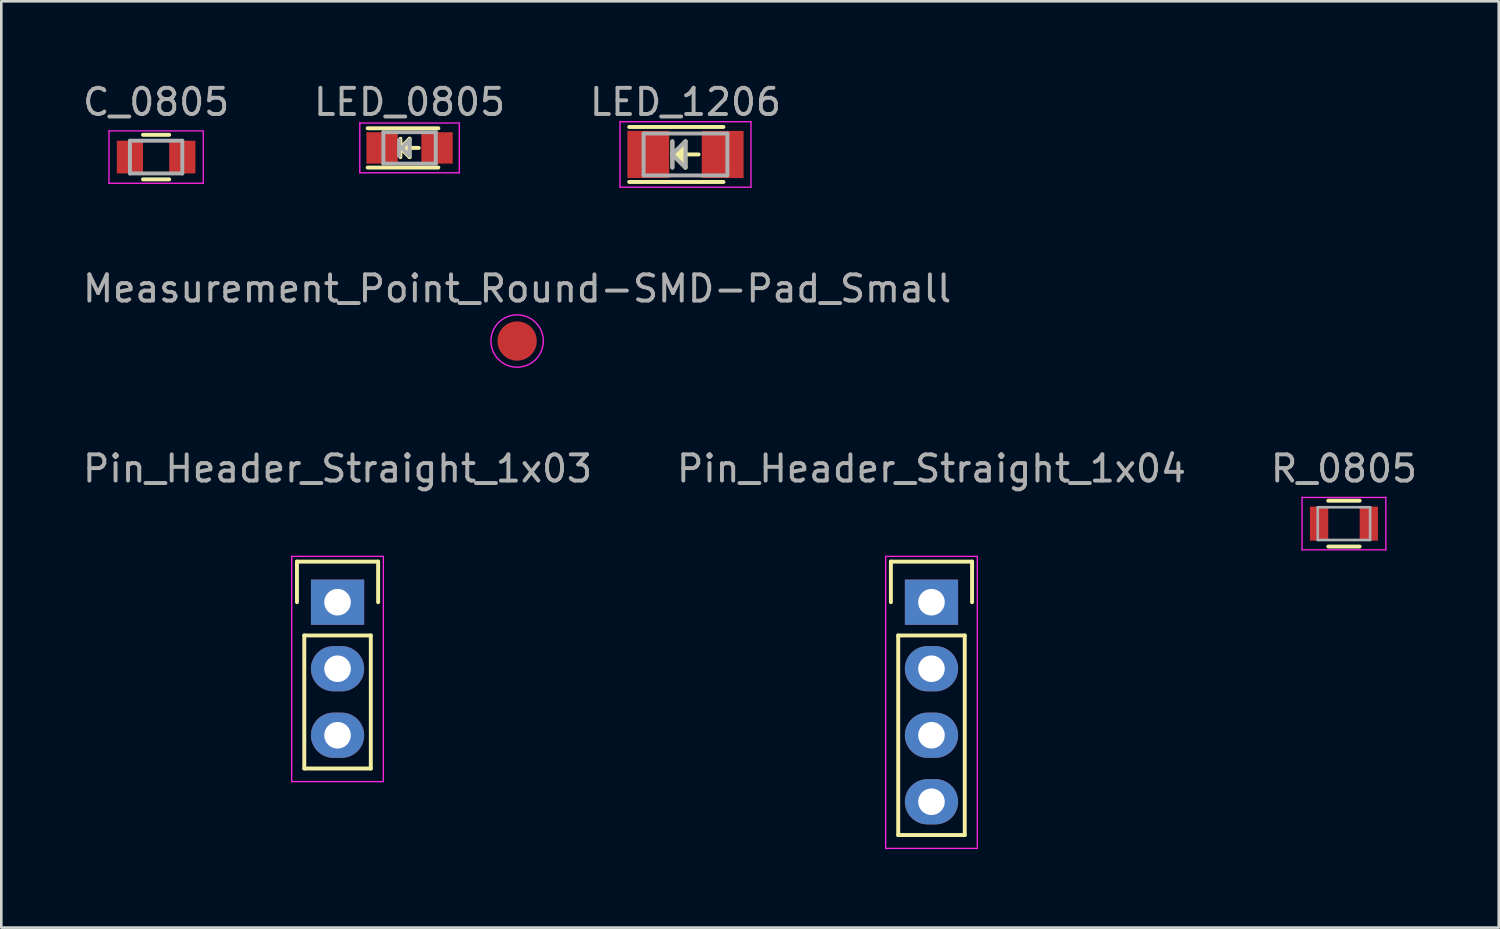
<source format=kicad_pcb>
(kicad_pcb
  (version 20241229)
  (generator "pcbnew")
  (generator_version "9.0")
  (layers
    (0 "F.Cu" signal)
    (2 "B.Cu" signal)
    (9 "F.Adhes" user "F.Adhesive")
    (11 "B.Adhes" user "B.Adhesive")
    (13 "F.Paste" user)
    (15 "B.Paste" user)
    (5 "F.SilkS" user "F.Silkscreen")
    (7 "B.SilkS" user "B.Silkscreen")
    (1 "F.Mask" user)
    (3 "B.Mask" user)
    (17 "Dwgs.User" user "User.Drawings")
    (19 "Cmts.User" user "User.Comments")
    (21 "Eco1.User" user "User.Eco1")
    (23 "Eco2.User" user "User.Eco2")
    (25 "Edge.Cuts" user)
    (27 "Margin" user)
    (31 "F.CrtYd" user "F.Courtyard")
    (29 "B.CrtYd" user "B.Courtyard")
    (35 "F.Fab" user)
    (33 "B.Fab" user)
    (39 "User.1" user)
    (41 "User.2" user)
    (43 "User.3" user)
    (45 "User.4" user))
  (footprint "LED_0805"
    (layer "F.Cu")
    (at 12.589 2.598)
    (property "Reference" "LED_0805" (at 0 -1.75 0) (layer "F.Fab") (effects (font (size 1 1) (thickness 0.15))))
    (attr smd)
    (fp_line (start -1.6 -0.75) (end 1.1 -0.75) (stroke (width 0.15) (type solid)) (layer "F.SilkS"))
    (fp_line (start -1.6 0.75) (end 1.1 0.75) (stroke (width 0.15) (type solid)) (layer "F.SilkS"))
    (fp_line (start -0.35 -0.35) (end -0.35 0.35) (stroke (width 0.15) (type solid)) (layer "F.SilkS"))
    (fp_line (start -0.35 0) (end 0 -0.35) (stroke (width 0.15) (type solid)) (layer "F.SilkS"))
    (fp_line (start -0.1 -0.1) (end -0.25 0.05) (stroke (width 0.15) (type solid)) (layer "F.SilkS"))
    (fp_line (start -0.1 0.15) (end -0.1 -0.1) (stroke (width 0.15) (type solid)) (layer "F.SilkS"))
    (fp_line (start 0 -0.35) (end 0 0.35) (stroke (width 0.15) (type solid)) (layer "F.SilkS"))
    (fp_line (start 0 0) (end 0.35 0) (stroke (width 0.15) (type solid)) (layer "F.SilkS"))
    (fp_line (start 0 0.35) (end -0.35 0) (stroke (width 0.15) (type solid)) (layer "F.SilkS"))
    (fp_line (start -1.9 -0.95) (end 1.9 -0.95) (stroke (width 0.05) (type solid)) (layer "F.CrtYd"))
    (fp_line (start -1.9 0.95) (end -1.9 -0.95) (stroke (width 0.05) (type solid)) (layer "F.CrtYd"))
    (fp_line (start 1.9 -0.95) (end 1.9 0.95) (stroke (width 0.05) (type solid)) (layer "F.CrtYd"))
    (fp_line (start 1.9 0.95) (end -1.9 0.95) (stroke (width 0.05) (type solid)) (layer "F.CrtYd"))
    (fp_line (start -1 -0.6) (end -1 0.6) (stroke (width 0.15) (type solid)) (layer "F.Fab"))
    (fp_line (start -1 0.6) (end 1 0.6) (stroke (width 0.15) (type solid)) (layer "F.Fab"))
    (fp_line (start -0.4 -0.3) (end -0.4 0.3) (stroke (width 0.15) (type solid)) (layer "F.Fab"))
    (fp_line (start -0.3 0) (end 0 -0.3) (stroke (width 0.15) (type solid)) (layer "F.Fab"))
    (fp_line (start 0 -0.3) (end 0 0.3) (stroke (width 0.15) (type solid)) (layer "F.Fab"))
    (fp_line (start 0 0.3) (end -0.3 0) (stroke (width 0.15) (type solid)) (layer "F.Fab"))
    (fp_line (start 1 -0.6) (end -1 -0.6) (stroke (width 0.15) (type solid)) (layer "F.Fab"))
    (fp_line (start 1 0.6) (end 1 -0.6) (stroke (width 0.15) (type solid)) (layer "F.Fab"))
    (pad "1" smd rect (at -1.049 0 180) (size 1.199 1.199) (layers "F.Cu" "F.Mask" "F.Paste"))
    (pad "2" smd rect (at 1.049 0 180) (size 1.199 1.199) (layers "F.Cu" "F.Mask" "F.Paste")))
  (footprint "Pin_Header_Straight_1x04"
    (layer "F.Cu")
    (at 32.518 19.945)
    (property "Reference" "Pin_Header_Straight_1x04" (at 0 -5.1 0) (layer "F.Fab") (effects (font (size 1 1) (thickness 0.15))))
    (attr through_hole)
    (fp_line (start -1.55 -1.55) (end 1.55 -1.55) (stroke (width 0.15) (type solid)) (layer "F.SilkS"))
    (fp_line (start -1.55 0) (end -1.55 -1.55) (stroke (width 0.15) (type solid)) (layer "F.SilkS"))
    (fp_line (start -1.27 1.27) (end -1.27 8.89) (stroke (width 0.15) (type solid)) (layer "F.SilkS"))
    (fp_line (start -1.27 8.89) (end 1.27 8.89) (stroke (width 0.15) (type solid)) (layer "F.SilkS"))
    (fp_line (start 1.27 1.27) (end -1.27 1.27) (stroke (width 0.15) (type solid)) (layer "F.SilkS"))
    (fp_line (start 1.27 1.27) (end 1.27 8.89) (stroke (width 0.15) (type solid)) (layer "F.SilkS"))
    (fp_line (start 1.55 -1.55) (end 1.55 0) (stroke (width 0.15) (type solid)) (layer "F.SilkS"))
    (fp_line (start -1.75 -1.75) (end -1.75 9.4) (stroke (width 0.05) (type solid)) (layer "F.CrtYd"))
    (fp_line (start -1.75 -1.75) (end 1.75 -1.75) (stroke (width 0.05) (type solid)) (layer "F.CrtYd"))
    (fp_line (start -1.75 9.4) (end 1.75 9.4) (stroke (width 0.05) (type solid)) (layer "F.CrtYd"))
    (fp_line (start 1.75 -1.75) (end 1.75 9.4) (stroke (width 0.05) (type solid)) (layer "F.CrtYd"))
    (pad "1" thru_hole rect (at 0 0) (size 2.032 1.727) (drill 1.016) (layers "*.Cu" "*.Mask"))
    (pad "2" thru_hole oval (at 0 2.54) (size 2.032 1.727) (drill 1.016) (layers "*.Cu" "*.Mask"))
    (pad "3" thru_hole oval (at 0 5.08) (size 2.032 1.727) (drill 1.016) (layers "*.Cu" "*.Mask"))
    (pad "4" thru_hole oval (at 0 7.62) (size 2.032 1.727) (drill 1.016) (layers "*.Cu" "*.Mask")))
  (footprint "Measurement_Point_Round-SMD-Pad_Small"
    (layer "F.Cu")
    (at 16.696 9.972)
    (property "Reference" "Measurement_Point_Round-SMD-Pad_Small" (at 0 -2 0) (layer "F.Fab") (effects (font (size 1 1) (thickness 0.15))))
    (attr exclude_from_pos_files exclude_from_bom)
    (fp_circle (center 0 0) (end 1 0) (stroke (width 0.05) (type solid)) (fill no) (layer "F.CrtYd"))
    (pad "1" smd circle (at 0 0) (size 1.5 1.5) (layers "F.Cu" "F.Mask")))
  (footprint "R_0805"
    (layer "F.Cu")
    (at 48.268 16.945)
    (property "Reference" "R_0805" (at 0 -2.1 0) (layer "F.Fab") (effects (font (size 1 1) (thickness 0.15))))
    (attr smd)
    (fp_line (start -0.6 -0.875) (end 0.6 -0.875) (stroke (width 0.15) (type solid)) (layer "F.SilkS"))
    (fp_line (start 0.6 0.875) (end -0.6 0.875) (stroke (width 0.15) (type solid)) (layer "F.SilkS"))
    (fp_line (start -1.6 -1) (end -1.6 1) (stroke (width 0.05) (type solid)) (layer "F.CrtYd"))
    (fp_line (start -1.6 -1) (end 1.6 -1) (stroke (width 0.05) (type solid)) (layer "F.CrtYd"))
    (fp_line (start -1.6 1) (end 1.6 1) (stroke (width 0.05) (type solid)) (layer "F.CrtYd"))
    (fp_line (start 1.6 -1) (end 1.6 1) (stroke (width 0.05) (type solid)) (layer "F.CrtYd"))
    (fp_line (start -1 -0.625) (end 1 -0.625) (stroke (width 0.1) (type solid)) (layer "F.Fab"))
    (fp_line (start -1 0.625) (end -1 -0.625) (stroke (width 0.1) (type solid)) (layer "F.Fab"))
    (fp_line (start 1 -0.625) (end 1 0.625) (stroke (width 0.1) (type solid)) (layer "F.Fab"))
    (fp_line (start 1 0.625) (end -1 0.625) (stroke (width 0.1) (type solid)) (layer "F.Fab"))
    (pad "1" smd rect (at -0.95 0) (size 0.7 1.3) (layers "F.Cu" "F.Mask" "F.Paste"))
    (pad "2" smd rect (at 0.95 0) (size 0.7 1.3) (layers "F.Cu" "F.Mask" "F.Paste")))
  (footprint "LED_1206"
    (layer "F.Cu")
    (at 23.125 2.848)
    (property "Reference" "LED_1206" (at 0 -2 0) (layer "F.Fab") (effects (font (size 1 1) (thickness 0.15))))
    (attr smd)
    (fp_line (start -2.15 -1.05) (end 1.45 -1.05) (stroke (width 0.15) (type solid)) (layer "F.SilkS"))
    (fp_line (start -2.15 1.05) (end 1.45 1.05) (stroke (width 0.15) (type solid)) (layer "F.SilkS"))
    (fp_line (start -0.5 -0.5) (end -0.5 0.5) (stroke (width 0.15) (type solid)) (layer "F.SilkS"))
    (fp_line (start -0.5 0) (end 0 -0.5) (stroke (width 0.15) (type solid)) (layer "F.SilkS"))
    (fp_line (start -0.4 0) (end -0.2 -0.2) (stroke (width 0.15) (type solid)) (layer "F.SilkS"))
    (fp_line (start -0.2 -0.2) (end -0.2 0.05) (stroke (width 0.15) (type solid)) (layer "F.SilkS"))
    (fp_line (start -0.2 0.05) (end -0.25 0) (stroke (width 0.15) (type solid)) (layer "F.SilkS"))
    (fp_line (start -0.1 -0.3) (end -0.1 0.3) (stroke (width 0.15) (type solid)) (layer "F.SilkS"))
    (fp_line (start -0.1 0.3) (end -0.4 0) (stroke (width 0.15) (type solid)) (layer "F.SilkS"))
    (fp_line (start 0 -0.5) (end 0 0.5) (stroke (width 0.15) (type solid)) (layer "F.SilkS"))
    (fp_line (start 0 0) (end 0.5 0) (stroke (width 0.15) (type solid)) (layer "F.SilkS"))
    (fp_line (start 0 0.5) (end -0.5 0) (stroke (width 0.15) (type solid)) (layer "F.SilkS"))
    (fp_line (start -2.5 -1.25) (end -2.5 1.25) (stroke (width 0.05) (type solid)) (layer "F.CrtYd"))
    (fp_line (start -2.5 1.25) (end 2.5 1.25) (stroke (width 0.05) (type solid)) (layer "F.CrtYd"))
    (fp_line (start 2.5 -1.25) (end -2.5 -1.25) (stroke (width 0.05) (type solid)) (layer "F.CrtYd"))
    (fp_line (start 2.5 1.25) (end 2.5 -1.25) (stroke (width 0.05) (type solid)) (layer "F.CrtYd"))
    (fp_line (start -1.6 -0.8) (end 1.6 -0.8) (stroke (width 0.15) (type solid)) (layer "F.Fab"))
    (fp_line (start -1.6 0.8) (end -1.6 -0.8) (stroke (width 0.15) (type solid)) (layer "F.Fab"))
    (fp_line (start -0.5 -0.5) (end -0.5 0.5) (stroke (width 0.15) (type solid)) (layer "F.Fab"))
    (fp_line (start -0.5 0) (end 0 -0.5) (stroke (width 0.15) (type solid)) (layer "F.Fab"))
    (fp_line (start 0 -0.5) (end 0 0.5) (stroke (width 0.15) (type solid)) (layer "F.Fab"))
    (fp_line (start 0 0.5) (end -0.5 0) (stroke (width 0.15) (type solid)) (layer "F.Fab"))
    (fp_line (start 1.6 -0.8) (end 1.6 0.8) (stroke (width 0.15) (type solid)) (layer "F.Fab"))
    (fp_line (start 1.6 0.8) (end -1.6 0.8) (stroke (width 0.15) (type solid)) (layer "F.Fab"))
    (pad "1" smd rect (at -1.42 0 180) (size 1.598 1.801) (layers "F.Cu" "F.Mask" "F.Paste"))
    (pad "2" smd rect (at 1.42 0 180) (size 1.598 1.801) (layers "F.Cu" "F.Mask" "F.Paste")))
  (footprint "C_0805"
    (layer "F.Cu")
    (at 2.911 2.948)
    (property "Reference" "C_0805" (at 0 -2.1 0) (layer "F.Fab") (effects (font (size 1 1) (thickness 0.15))))
    (attr smd)
    (fp_line (start -0.5 0.85) (end 0.5 0.85) (stroke (width 0.15) (type solid)) (layer "F.SilkS"))
    (fp_line (start 0.5 -0.85) (end -0.5 -0.85) (stroke (width 0.15) (type solid)) (layer "F.SilkS"))
    (fp_line (start -1.8 -1) (end -1.8 1) (stroke (width 0.05) (type solid)) (layer "F.CrtYd"))
    (fp_line (start -1.8 -1) (end 1.8 -1) (stroke (width 0.05) (type solid)) (layer "F.CrtYd"))
    (fp_line (start -1.8 1) (end 1.8 1) (stroke (width 0.05) (type solid)) (layer "F.CrtYd"))
    (fp_line (start 1.8 -1) (end 1.8 1) (stroke (width 0.05) (type solid)) (layer "F.CrtYd"))
    (fp_line (start -1 -0.625) (end 1 -0.625) (stroke (width 0.15) (type solid)) (layer "F.Fab"))
    (fp_line (start -1 0.625) (end -1 -0.625) (stroke (width 0.15) (type solid)) (layer "F.Fab"))
    (fp_line (start 1 -0.625) (end 1 0.625) (stroke (width 0.15) (type solid)) (layer "F.Fab"))
    (fp_line (start 1 0.625) (end -1 0.625) (stroke (width 0.15) (type solid)) (layer "F.Fab"))
    (pad "1" smd rect (at -1 0) (size 1 1.25) (layers "F.Cu" "F.Mask" "F.Paste"))
    (pad "2" smd rect (at 1 0) (size 1 1.25) (layers "F.Cu" "F.Mask" "F.Paste")))
  (footprint "Pin_Header_Straight_1x03"
    (layer "F.Cu")
    (at 9.839 19.945)
    (property "Reference" "Pin_Header_Straight_1x03" (at 0 -5.1 0) (layer "F.Fab") (effects (font (size 1 1) (thickness 0.15))))
    (attr through_hole)
    (fp_line (start -1.55 -1.55) (end 1.55 -1.55) (stroke (width 0.15) (type solid)) (layer "F.SilkS"))
    (fp_line (start -1.55 0) (end -1.55 -1.55) (stroke (width 0.15) (type solid)) (layer "F.SilkS"))
    (fp_line (start -1.27 1.27) (end -1.27 6.35) (stroke (width 0.15) (type solid)) (layer "F.SilkS"))
    (fp_line (start -1.27 6.35) (end 1.27 6.35) (stroke (width 0.15) (type solid)) (layer "F.SilkS"))
    (fp_line (start 1.27 1.27) (end -1.27 1.27) (stroke (width 0.15) (type solid)) (layer "F.SilkS"))
    (fp_line (start 1.27 6.35) (end 1.27 1.27) (stroke (width 0.15) (type solid)) (layer "F.SilkS"))
    (fp_line (start 1.55 -1.55) (end 1.55 0) (stroke (width 0.15) (type solid)) (layer "F.SilkS"))
    (fp_line (start -1.75 -1.75) (end -1.75 6.85) (stroke (width 0.05) (type solid)) (layer "F.CrtYd"))
    (fp_line (start -1.75 -1.75) (end 1.75 -1.75) (stroke (width 0.05) (type solid)) (layer "F.CrtYd"))
    (fp_line (start -1.75 6.85) (end 1.75 6.85) (stroke (width 0.05) (type solid)) (layer "F.CrtYd"))
    (fp_line (start 1.75 -1.75) (end 1.75 6.85) (stroke (width 0.05) (type solid)) (layer "F.CrtYd"))
    (pad "1" thru_hole rect (at 0 0) (size 2.032 1.727) (drill 1.016) (layers "*.Cu" "*.Mask"))
    (pad "2" thru_hole oval (at 0 2.54) (size 2.032 1.727) (drill 1.016) (layers "*.Cu" "*.Mask"))
    (pad "3" thru_hole oval (at 0 5.08) (size 2.032 1.727) (drill 1.016) (layers "*.Cu" "*.Mask")))
  (gr_rect
    (start -3 -3)
    (end 54.179 32.37)
    (stroke (width 0.1) (type default))
    (fill no)
    (layer "Edge.Cuts")))
</source>
